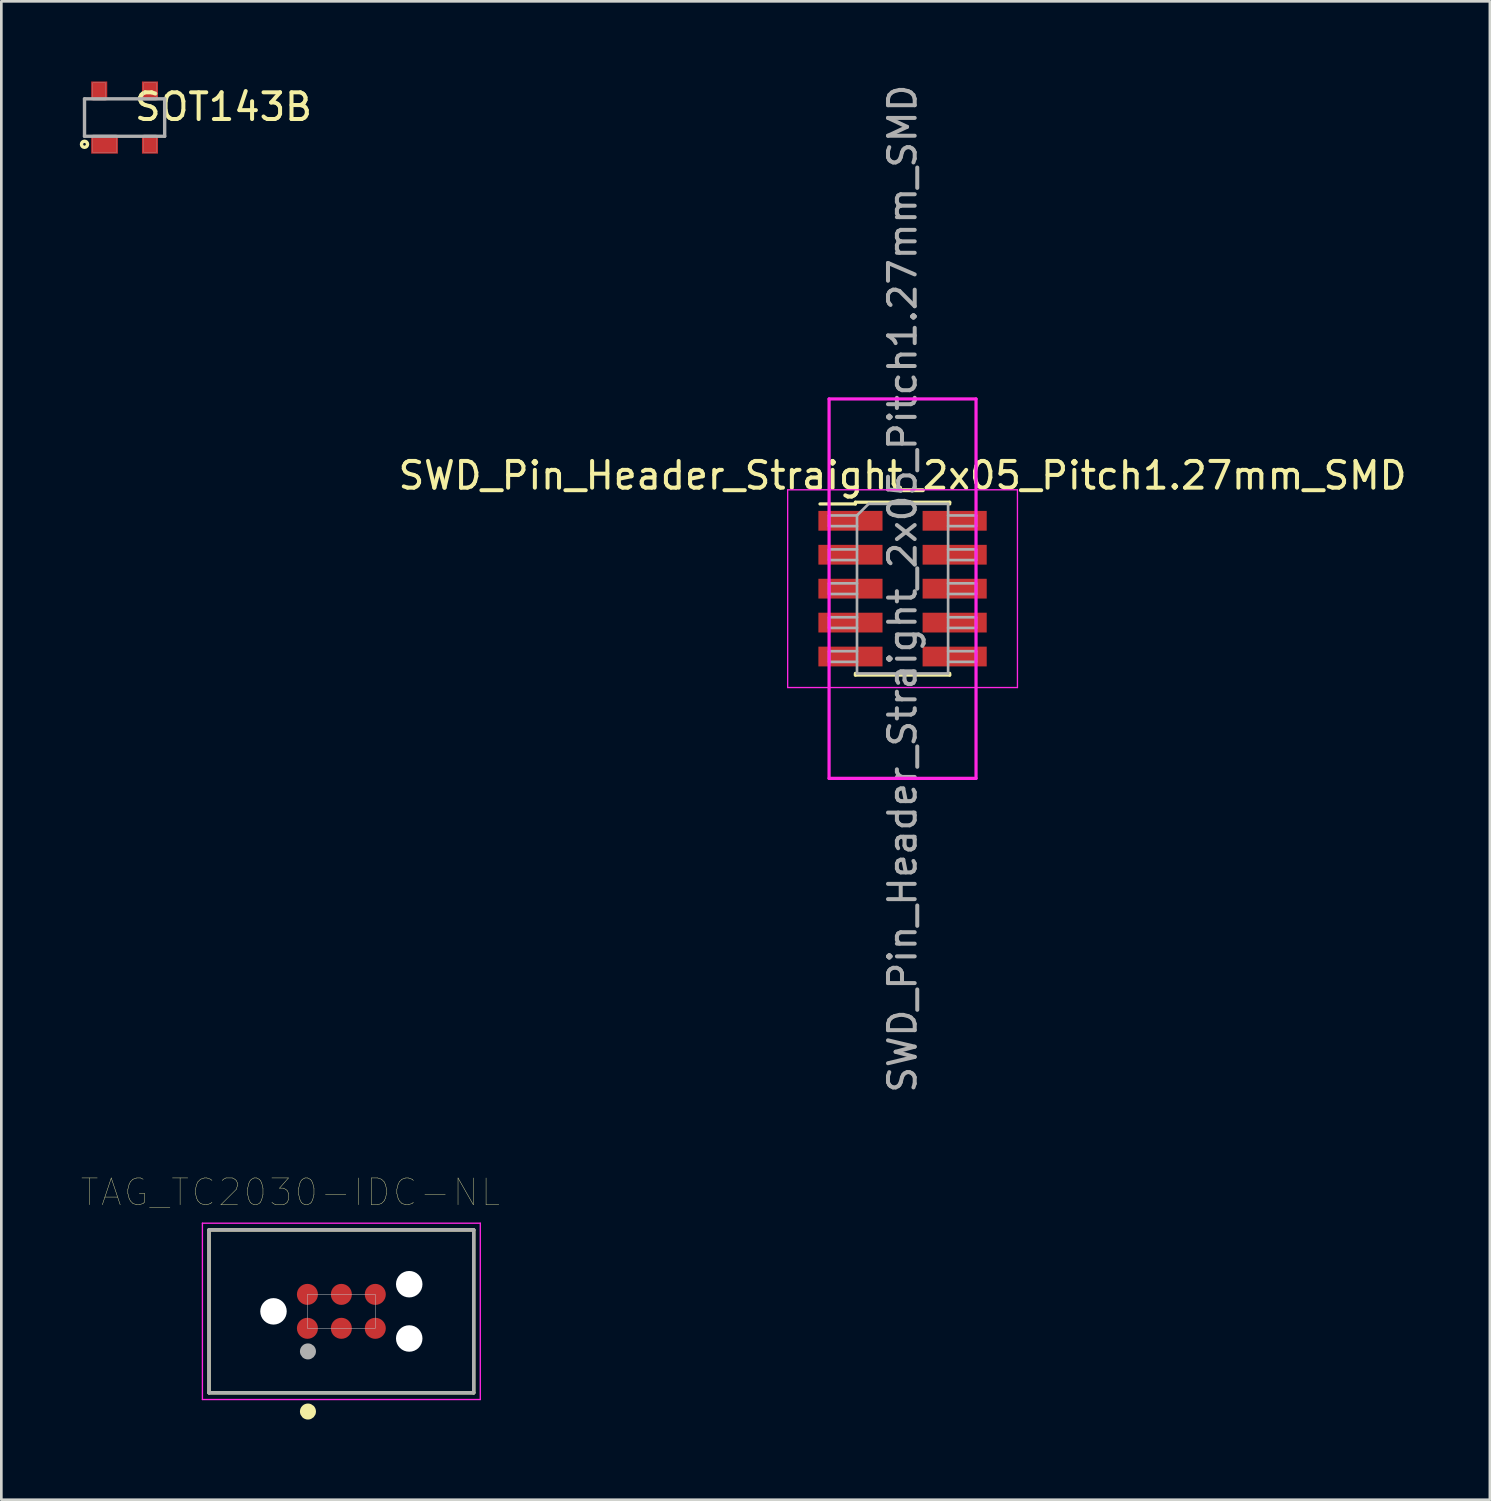
<source format=kicad_pcb>
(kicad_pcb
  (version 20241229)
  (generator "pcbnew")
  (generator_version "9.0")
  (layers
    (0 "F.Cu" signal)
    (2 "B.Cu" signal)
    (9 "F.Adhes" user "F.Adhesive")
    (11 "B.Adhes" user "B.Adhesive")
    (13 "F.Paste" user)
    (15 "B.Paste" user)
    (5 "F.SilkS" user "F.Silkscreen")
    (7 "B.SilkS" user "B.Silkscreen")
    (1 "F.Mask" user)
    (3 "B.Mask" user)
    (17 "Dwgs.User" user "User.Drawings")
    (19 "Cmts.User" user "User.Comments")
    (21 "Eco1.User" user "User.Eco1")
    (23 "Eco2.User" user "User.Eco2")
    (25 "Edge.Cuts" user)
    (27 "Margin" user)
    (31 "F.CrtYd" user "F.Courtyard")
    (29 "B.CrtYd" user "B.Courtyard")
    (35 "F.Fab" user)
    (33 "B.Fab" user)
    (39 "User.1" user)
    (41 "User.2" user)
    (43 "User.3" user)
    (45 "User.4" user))
  (footprint "TAG_TC2030-IDC-NL"
    (layer "F.Cu")
    (at 9.726 46.03)
    (property "Reference" "TAG_TC2030-IDC-NL" (at -1.908 -4.453 0) (layer "F.SilkS") (effects (font (size 1.002 1.002) (thickness 0.015))))
    (attr through_hole)
    (fp_line (start -4.953 -3.048) (end -4.953 3.048) (stroke (width 0.127) (type solid)) (layer "F.SilkS"))
    (fp_line (start -4.953 3.048) (end 4.953 3.048) (stroke (width 0.127) (type solid)) (layer "F.SilkS"))
    (fp_line (start 4.953 -3.048) (end -4.953 -3.048) (stroke (width 0.127) (type solid)) (layer "F.SilkS"))
    (fp_line (start 4.953 3.048) (end 4.953 -3.048) (stroke (width 0.127) (type solid)) (layer "F.SilkS"))
    (fp_circle (center -1.25 3.75) (end -1.1 3.75) (stroke (width 0.3) (type solid)) (fill no) (layer "F.SilkS"))
    (fp_poly (pts (xy -1.272 -0.635) (xy 1.27 -0.635) (xy 1.27 0.636) (xy -1.272 0.636)) (stroke (width 0.01) (type solid)) (fill no) (layer "Dwgs.User"))
    (fp_poly (pts (xy -1.271 -0.635) (xy 1.27 -0.635) (xy 1.27 0.636) (xy -1.271 0.636)) (stroke (width 0.01) (type solid)) (fill no) (layer "Dwgs.User"))
    (fp_line (start -5.2 -3.3) (end 5.2 -3.3) (stroke (width 0.05) (type solid)) (layer "F.CrtYd"))
    (fp_line (start -5.2 3.3) (end -5.2 -3.3) (stroke (width 0.05) (type solid)) (layer "F.CrtYd"))
    (fp_line (start 5.2 -3.3) (end 5.2 3.3) (stroke (width 0.05) (type solid)) (layer "F.CrtYd"))
    (fp_line (start 5.2 3.3) (end -5.2 3.3) (stroke (width 0.05) (type solid)) (layer "F.CrtYd"))
    (fp_line (start -4.953 -3.048) (end 4.953 -3.048) (stroke (width 0.127) (type solid)) (layer "F.Fab"))
    (fp_line (start -4.953 3.048) (end -4.953 -3.048) (stroke (width 0.127) (type solid)) (layer "F.Fab"))
    (fp_line (start 4.953 -3.048) (end 4.953 3.048) (stroke (width 0.127) (type solid)) (layer "F.Fab"))
    (fp_line (start 4.953 3.048) (end -4.953 3.048) (stroke (width 0.127) (type solid)) (layer "F.Fab"))
    (fp_circle (center -1.25 1.5) (end -1.1 1.5) (stroke (width 0.3) (type solid)) (fill no) (layer "F.Fab"))
    (pad "" np_thru_hole circle (at -2.54 0) (size 0.991 0.991) (drill 0.991) (layers "*.Cu" "*.Mask"))
    (pad "" np_thru_hole circle (at 2.54 -1.016) (size 0.991 0.991) (drill 0.991) (layers "*.Cu" "*.Mask"))
    (pad "" np_thru_hole circle (at 2.54 1.016) (size 0.991 0.991) (drill 0.991) (layers "*.Cu" "*.Mask"))
    (pad "1" smd circle (at -1.27 0.635) (size 0.787 0.787) (layers "F.Cu" "F.Mask"))
    (pad "2" smd circle (at -1.27 -0.635) (size 0.787 0.787) (layers "F.Cu" "F.Mask"))
    (pad "3" smd circle (at 0 0.635) (size 0.787 0.787) (layers "F.Cu" "F.Mask"))
    (pad "4" smd circle (at 0 -0.635) (size 0.787 0.787) (layers "F.Cu" "F.Mask"))
    (pad "5" smd circle (at 1.27 0.635) (size 0.787 0.787) (layers "F.Cu" "F.Mask"))
    (pad "6" smd circle (at 1.27 -0.635) (size 0.787 0.787) (layers "F.Cu" "F.Mask")))
  (footprint "SWD_Pin_Header_Straight_2x05_Pitch1.27mm_SMD"
    (layer "F.Cu")
    (at 30.73 18.982)
    (property "Reference" "SWD_Pin_Header_Straight_2x05_Pitch1.27mm_SMD" (at 0 -4.235 0) (layer "F.SilkS") (effects (font (size 1 1) (thickness 0.15))))
    (attr smd)
    (fp_line (start -3.09 -3.17) (end -1.765 -3.17) (stroke (width 0.12) (type solid)) (layer "F.SilkS"))
    (fp_line (start -1.765 -3.235) (end -1.765 -3.17) (stroke (width 0.12) (type solid)) (layer "F.SilkS"))
    (fp_line (start -1.765 -3.235) (end 1.765 -3.235) (stroke (width 0.12) (type solid)) (layer "F.SilkS"))
    (fp_line (start -1.765 3.17) (end -1.765 3.235) (stroke (width 0.12) (type solid)) (layer "F.SilkS"))
    (fp_line (start -1.765 3.235) (end 1.765 3.235) (stroke (width 0.12) (type solid)) (layer "F.SilkS"))
    (fp_line (start 1.765 -3.235) (end 1.765 -3.17) (stroke (width 0.12) (type solid)) (layer "F.SilkS"))
    (fp_line (start 1.765 3.17) (end 1.765 3.235) (stroke (width 0.12) (type solid)) (layer "F.SilkS"))
    (fp_line (start -4.3 -3.7) (end -4.3 3.7) (stroke (width 0.05) (type solid)) (layer "F.CrtYd"))
    (fp_line (start -4.3 3.7) (end 4.3 3.7) (stroke (width 0.05) (type solid)) (layer "F.CrtYd"))
    (fp_line (start -2.75 -7.1) (end -2.75 7.1) (stroke (width 0.12) (type solid)) (layer "F.CrtYd"))
    (fp_line (start -2.75 -7.1) (end 2.75 -7.1) (stroke (width 0.12) (type solid)) (layer "F.CrtYd"))
    (fp_line (start -2.75 7.1) (end 2.75 7.1) (stroke (width 0.12) (type solid)) (layer "F.CrtYd"))
    (fp_line (start 2.75 -7.1) (end 2.75 7.1) (stroke (width 0.12) (type solid)) (layer "F.CrtYd"))
    (fp_line (start 4.3 -3.7) (end -4.3 -3.7) (stroke (width 0.05) (type solid)) (layer "F.CrtYd"))
    (fp_line (start 4.3 3.7) (end 4.3 -3.7) (stroke (width 0.05) (type solid)) (layer "F.CrtYd"))
    (fp_line (start -2.75 -2.74) (end -2.75 -2.34) (stroke (width 0.1) (type solid)) (layer "F.Fab"))
    (fp_line (start -2.75 -2.34) (end -1.705 -2.34) (stroke (width 0.1) (type solid)) (layer "F.Fab"))
    (fp_line (start -2.75 -1.47) (end -2.75 -1.07) (stroke (width 0.1) (type solid)) (layer "F.Fab"))
    (fp_line (start -2.75 -1.07) (end -1.705 -1.07) (stroke (width 0.1) (type solid)) (layer "F.Fab"))
    (fp_line (start -2.75 -0.2) (end -2.75 0.2) (stroke (width 0.1) (type solid)) (layer "F.Fab"))
    (fp_line (start -2.75 0.2) (end -1.705 0.2) (stroke (width 0.1) (type solid)) (layer "F.Fab"))
    (fp_line (start -2.75 1.07) (end -2.75 1.47) (stroke (width 0.1) (type solid)) (layer "F.Fab"))
    (fp_line (start -2.75 1.47) (end -1.705 1.47) (stroke (width 0.1) (type solid)) (layer "F.Fab"))
    (fp_line (start -2.75 2.34) (end -2.75 2.74) (stroke (width 0.1) (type solid)) (layer "F.Fab"))
    (fp_line (start -2.75 2.74) (end -1.705 2.74) (stroke (width 0.1) (type solid)) (layer "F.Fab"))
    (fp_line (start -1.705 -2.74) (end -2.75 -2.74) (stroke (width 0.1) (type solid)) (layer "F.Fab"))
    (fp_line (start -1.705 -2.74) (end -1.27 -3.175) (stroke (width 0.1) (type solid)) (layer "F.Fab"))
    (fp_line (start -1.705 -1.47) (end -2.75 -1.47) (stroke (width 0.1) (type solid)) (layer "F.Fab"))
    (fp_line (start -1.705 -0.2) (end -2.75 -0.2) (stroke (width 0.1) (type solid)) (layer "F.Fab"))
    (fp_line (start -1.705 1.07) (end -2.75 1.07) (stroke (width 0.1) (type solid)) (layer "F.Fab"))
    (fp_line (start -1.705 2.34) (end -2.75 2.34) (stroke (width 0.1) (type solid)) (layer "F.Fab"))
    (fp_line (start -1.705 3.175) (end -1.705 -2.74) (stroke (width 0.1) (type solid)) (layer "F.Fab"))
    (fp_line (start -1.27 -3.175) (end 1.705 -3.175) (stroke (width 0.1) (type solid)) (layer "F.Fab"))
    (fp_line (start 1.705 -3.175) (end 1.705 3.175) (stroke (width 0.1) (type solid)) (layer "F.Fab"))
    (fp_line (start 1.705 -2.74) (end 2.75 -2.74) (stroke (width 0.1) (type solid)) (layer "F.Fab"))
    (fp_line (start 1.705 -1.47) (end 2.75 -1.47) (stroke (width 0.1) (type solid)) (layer "F.Fab"))
    (fp_line (start 1.705 -0.2) (end 2.75 -0.2) (stroke (width 0.1) (type solid)) (layer "F.Fab"))
    (fp_line (start 1.705 1.07) (end 2.75 1.07) (stroke (width 0.1) (type solid)) (layer "F.Fab"))
    (fp_line (start 1.705 2.34) (end 2.75 2.34) (stroke (width 0.1) (type solid)) (layer "F.Fab"))
    (fp_line (start 1.705 3.175) (end -1.705 3.175) (stroke (width 0.1) (type solid)) (layer "F.Fab"))
    (fp_line (start 2.75 -2.74) (end 2.75 -2.34) (stroke (width 0.1) (type solid)) (layer "F.Fab"))
    (fp_line (start 2.75 -2.34) (end 1.705 -2.34) (stroke (width 0.1) (type solid)) (layer "F.Fab"))
    (fp_line (start 2.75 -1.47) (end 2.75 -1.07) (stroke (width 0.1) (type solid)) (layer "F.Fab"))
    (fp_line (start 2.75 -1.07) (end 1.705 -1.07) (stroke (width 0.1) (type solid)) (layer "F.Fab"))
    (fp_line (start 2.75 -0.2) (end 2.75 0.2) (stroke (width 0.1) (type solid)) (layer "F.Fab"))
    (fp_line (start 2.75 0.2) (end 1.705 0.2) (stroke (width 0.1) (type solid)) (layer "F.Fab"))
    (fp_line (start 2.75 1.07) (end 2.75 1.47) (stroke (width 0.1) (type solid)) (layer "F.Fab"))
    (fp_line (start 2.75 1.47) (end 1.705 1.47) (stroke (width 0.1) (type solid)) (layer "F.Fab"))
    (fp_line (start 2.75 2.34) (end 2.75 2.74) (stroke (width 0.1) (type solid)) (layer "F.Fab"))
    (fp_line (start 2.75 2.74) (end 1.705 2.74) (stroke (width 0.1) (type solid)) (layer "F.Fab"))
    (fp_text user "${REFERENCE}" (at 0 0 90) (layer "F.Fab") (effects (font (size 1 1) (thickness 0.15))))
    (pad "1" smd rect (at -1.95 -2.54) (size 2.4 0.74) (layers "F.Cu" "F.Mask" "F.Paste"))
    (pad "2" smd rect (at 1.95 -2.54) (size 2.4 0.74) (layers "F.Cu" "F.Mask" "F.Paste"))
    (pad "3" smd rect (at -1.95 -1.27) (size 2.4 0.74) (layers "F.Cu" "F.Mask" "F.Paste"))
    (pad "4" smd rect (at 1.95 -1.27) (size 2.4 0.74) (layers "F.Cu" "F.Mask" "F.Paste"))
    (pad "5" smd rect (at -1.95 0) (size 2.4 0.74) (layers "F.Cu" "F.Mask" "F.Paste"))
    (pad "6" smd rect (at 1.95 0) (size 2.4 0.74) (layers "F.Cu" "F.Mask" "F.Paste"))
    (pad "7" smd rect (at -1.95 1.27) (size 2.4 0.74) (layers "F.Cu" "F.Mask" "F.Paste"))
    (pad "8" smd rect (at 1.95 1.27) (size 2.4 0.74) (layers "F.Cu" "F.Mask" "F.Paste"))
    (pad "9" smd rect (at -1.95 2.54) (size 2.4 0.74) (layers "F.Cu" "F.Mask" "F.Paste"))
    (pad "10" smd rect (at 1.95 2.54) (size 2.4 0.74) (layers "F.Cu" "F.Mask" "F.Paste")))
  (footprint "SOT143B"
    (layer "F.Cu")
    (at 1.613 1.35)
    (property "Reference" "SOT143B" (at 3.7 -0.4 0) (layer "F.SilkS") (effects (font (size 1 1) (thickness 0.15))))
    (attr through_hole)
    (fp_circle (center -1.5 1) (end -1.45 1) (stroke (width 0.127) (type solid)) (fill no) (layer "F.SilkS"))
    (fp_poly (pts (xy -1.202 -1.3) (xy -0.7 -1.3) (xy -0.7 -0.701) (xy -1.202 -0.701)) (stroke (width 0.01) (type solid)) (fill yes) (layer "F.Paste"))
    (fp_poly (pts (xy -1.202 0.7) (xy -0.3 0.7) (xy -0.3 1.302) (xy -1.202 1.302)) (stroke (width 0.01) (type solid)) (fill yes) (layer "F.Paste"))
    (fp_poly (pts (xy 0.701 0.7) (xy 1.2 0.7) (xy 1.2 1.301) (xy 0.701 1.301)) (stroke (width 0.01) (type solid)) (fill yes) (layer "F.Paste"))
    (fp_poly (pts (xy 0.701 -1.3) (xy 1.2 -1.3) (xy 1.2 -0.701) (xy 0.701 -0.701)) (stroke (width 0.01) (type solid)) (fill yes) (layer "F.Paste"))
    (fp_line (start -1.5 -0.7) (end 1.5 -0.7) (stroke (width 0.127) (type solid)) (layer "F.Fab"))
    (fp_line (start -1.5 0.7) (end -1.5 -0.7) (stroke (width 0.127) (type solid)) (layer "F.Fab"))
    (fp_line (start 1.5 -0.7) (end 1.5 0.7) (stroke (width 0.127) (type solid)) (layer "F.Fab"))
    (fp_line (start 1.5 0.7) (end -1.5 0.7) (stroke (width 0.127) (type solid)) (layer "F.Fab"))
    (fp_poly (pts (xy -1.194 0.65) (xy -0.3 0.65) (xy -0.3 1.304) (xy -1.194 1.304)) (stroke (width 0.01) (type solid)) (fill no) (layer "F.Fab"))
    (fp_poly (pts (xy -1.191 -1.3) (xy -0.71 -1.3) (xy -0.71 -0.651) (xy -1.191 -0.651)) (stroke (width 0.01) (type solid)) (fill no) (layer "F.Fab"))
    (fp_poly (pts (xy 0.711 0.65) (xy 1.19 0.65) (xy 1.19 1.303) (xy 0.711 1.303)) (stroke (width 0.01) (type solid)) (fill no) (layer "F.Fab"))
    (fp_poly (pts (xy 0.712 -1.3) (xy 1.19 -1.3) (xy 1.19 -0.652) (xy 0.712 -0.652)) (stroke (width 0.01) (type solid)) (fill no) (layer "F.Fab"))
    (pad "1" smd rect (at -0.75 1) (size 1 0.7) (layers "F.Cu" "F.Mask" "F.Paste"))
    (pad "2" smd rect (at 0.95 1) (size 0.6 0.7) (layers "F.Cu" "F.Mask" "F.Paste"))
    (pad "3" smd rect (at 0.95 -1) (size 0.6 0.7) (layers "F.Cu" "F.Mask" "F.Paste"))
    (pad "4" smd rect (at -0.95 -1) (size 0.6 0.7) (layers "F.Cu" "F.Mask" "F.Paste")))
  (gr_rect
    (start -3 -3)
    (end 52.712 53.08)
    (stroke (width 0.1) (type default))
    (fill no)
    (layer "Edge.Cuts")))
</source>
